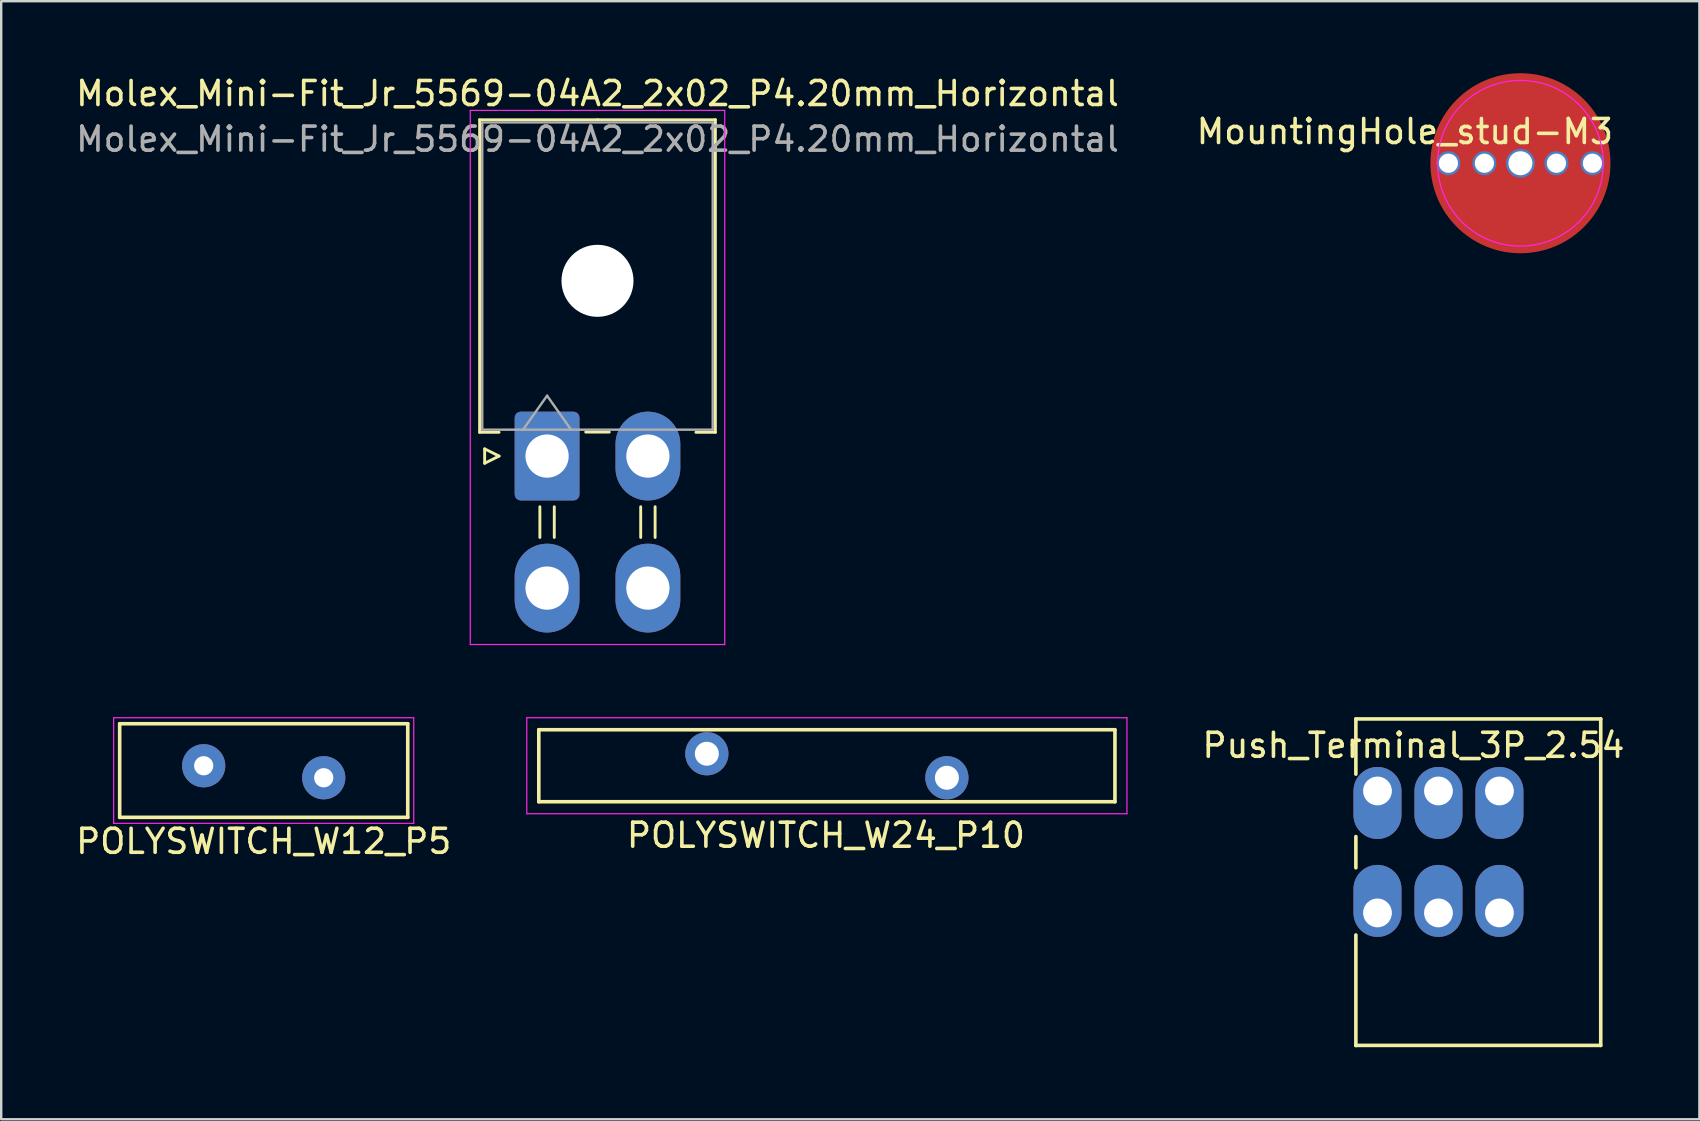
<source format=kicad_pcb>
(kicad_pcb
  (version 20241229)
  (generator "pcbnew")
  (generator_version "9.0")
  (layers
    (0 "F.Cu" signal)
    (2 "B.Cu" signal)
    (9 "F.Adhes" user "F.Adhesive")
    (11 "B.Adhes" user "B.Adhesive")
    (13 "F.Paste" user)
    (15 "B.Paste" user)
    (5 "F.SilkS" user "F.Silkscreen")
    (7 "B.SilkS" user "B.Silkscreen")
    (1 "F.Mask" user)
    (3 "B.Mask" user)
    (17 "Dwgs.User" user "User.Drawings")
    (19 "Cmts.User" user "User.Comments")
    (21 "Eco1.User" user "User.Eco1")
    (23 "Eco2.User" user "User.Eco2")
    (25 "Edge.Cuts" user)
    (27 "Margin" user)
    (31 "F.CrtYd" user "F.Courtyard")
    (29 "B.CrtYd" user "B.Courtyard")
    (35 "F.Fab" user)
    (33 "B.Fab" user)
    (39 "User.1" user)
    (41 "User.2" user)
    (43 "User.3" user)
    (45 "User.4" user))
  (footprint "Push_Terminal_3P_2.54"
    (layer "F.Cu")
    (at 54.33 29.898)
    (property "Reference" "Push_Terminal_3P_2.54" (at 1.5 -1.9 0) (layer "F.SilkS") (effects (font (size 1 1) (thickness 0.15))))
    (attr through_hole)
    (fp_line (start -0.9 -3) (end -0.9 -0.7) (stroke (width 0.15) (type solid)) (layer "F.SilkS"))
    (fp_line (start -0.9 -3) (end 9.3 -3) (stroke (width 0.15) (type solid)) (layer "F.SilkS"))
    (fp_line (start -0.9 1.9) (end -0.9 3.2) (stroke (width 0.15) (type solid)) (layer "F.SilkS"))
    (fp_line (start -0.9 6) (end -0.9 10.6) (stroke (width 0.15) (type solid)) (layer "F.SilkS"))
    (fp_line (start -0.9 10.6) (end -0.9 10.6) (stroke (width 0.15) (type solid)) (layer "F.SilkS"))
    (fp_line (start 9.3 -3) (end 9.3 10.6) (stroke (width 0.15) (type solid)) (layer "F.SilkS"))
    (fp_line (start 9.3 10.6) (end -0.9 10.6) (stroke (width 0.15) (type solid)) (layer "F.SilkS"))
    (pad "1" thru_hole oval (at 0 0) (size 2 3) (drill 1.2 (offset 0 0.5)) (layers "*.Cu" "*.Mask"))
    (pad "1" thru_hole oval (at 0 5.08 180) (size 2 3) (drill 1.2 (offset 0 0.5)) (layers "*.Cu" "*.Mask"))
    (pad "2" thru_hole oval (at 2.54 0) (size 2 3) (drill 1.2 (offset 0 0.5)) (layers "*.Cu" "*.Mask"))
    (pad "2" thru_hole oval (at 2.54 5.08 180) (size 2 3) (drill 1.2 (offset 0 0.5)) (layers "*.Cu" "*.Mask"))
    (pad "3" thru_hole oval (at 5.08 0) (size 2 3) (drill 1.2 (offset 0 0.5)) (layers "*.Cu" "*.Mask"))
    (pad "3" thru_hole oval (at 5.08 5.08 180) (size 2 3) (drill 1.2 (offset 0 0.5)) (layers "*.Cu" "*.Mask")))
  (footprint "MountingHole_stud-M3"
    (layer "F.Cu")
    (at 60.285 3.75)
    (property "Reference" "MountingHole_stud-M3" (at -4.815 -1.32 0) (layer "F.SilkS") (effects (font (size 1 1) (thickness 0.15))))
    (attr through_hole)
    (fp_circle (center 0 0) (end 3.45 0) (stroke (width 0.05) (type solid)) (fill no) (layer "F.CrtYd"))
    (pad "1" thru_hole circle (at -3 0 90) (size 1 1) (drill 0.8) (layers "*.Cu" "F.Mask"))
    (pad "1" thru_hole circle (at -1.5 0 90) (size 1 1) (drill 0.8) (layers "*.Cu" "F.Mask"))
    (pad "1" thru_hole circle (at 0 0 90) (size 1.2 1.2) (drill 1) (layers "*.Cu" "F.Mask"))
    (pad "1" smd circle (at 0 0) (size 7.5 7.5) (layers "F.Cu" "F.Mask" "F.Paste"))
    (pad "1" thru_hole circle (at 1.5 0 90) (size 1 1) (drill 0.8) (layers "*.Cu" "F.Mask"))
    (pad "1" thru_hole circle (at 3 0 90) (size 1 1) (drill 0.8) (layers "*.Cu" "F.Mask")))
  (footprint "POLYSWITCH_W12_P5"
    (layer "F.Cu")
    (at 5.435 28.848)
    (property "Reference" "POLYSWITCH_W12_P5" (at 2.5 3.15 0) (layer "F.SilkS") (effects (font (size 1 1) (thickness 0.15))))
    (attr through_hole)
    (fp_line (start -3.5 -1.75) (end -3.5 2.15) (stroke (width 0.15) (type solid)) (layer "F.SilkS"))
    (fp_line (start -3.5 -1.75) (end 8.5 -1.75) (stroke (width 0.15) (type solid)) (layer "F.SilkS"))
    (fp_line (start -3.5 2.15) (end 8.5 2.15) (stroke (width 0.15) (type solid)) (layer "F.SilkS"))
    (fp_line (start 8.5 -1.75) (end 8.5 2.15) (stroke (width 0.15) (type solid)) (layer "F.SilkS"))
    (fp_line (start -3.75 -2) (end -3.75 2.4) (stroke (width 0.05) (type solid)) (layer "F.CrtYd"))
    (fp_line (start -3.75 -2) (end 8.75 -2) (stroke (width 0.05) (type solid)) (layer "F.CrtYd"))
    (fp_line (start -3.75 2.4) (end 8.75 2.4) (stroke (width 0.05) (type solid)) (layer "F.CrtYd"))
    (fp_line (start 8.75 -2) (end 8.75 2.4) (stroke (width 0.05) (type solid)) (layer "F.CrtYd"))
    (pad "1" thru_hole circle (at 0 0) (size 1.8 1.8) (drill 0.8) (layers "*.Cu" "*.Mask"))
    (pad "2" thru_hole circle (at 5 0.5) (size 1.8 1.8) (drill 0.8) (layers "*.Cu" "*.Mask")))
  (footprint "POLYSWITCH_W24_P10"
    (layer "F.Cu")
    (at 31.394 28.848)
    (property "Reference" "POLYSWITCH_W24_P10" (at -0.04 2.896 0) (layer "F.SilkS") (effects (font (size 1 1) (thickness 0.15))))
    (attr through_hole)
    (fp_line (start -12 -1.5) (end -12 1.5) (stroke (width 0.15) (type solid)) (layer "F.SilkS"))
    (fp_line (start -12 -1.5) (end 12 -1.5) (stroke (width 0.15) (type solid)) (layer "F.SilkS"))
    (fp_line (start -12 1.5) (end 12 1.5) (stroke (width 0.15) (type solid)) (layer "F.SilkS"))
    (fp_line (start 12 -1.5) (end 12 1.5) (stroke (width 0.15) (type solid)) (layer "F.SilkS"))
    (fp_line (start -12.5 -2) (end -12.5 2) (stroke (width 0.05) (type solid)) (layer "F.CrtYd"))
    (fp_line (start -12.5 -2) (end 12.5 -2) (stroke (width 0.05) (type solid)) (layer "F.CrtYd"))
    (fp_line (start -12.5 2) (end 12.5 2) (stroke (width 0.05) (type solid)) (layer "F.CrtYd"))
    (fp_line (start 12.5 -2) (end 12.5 2) (stroke (width 0.05) (type solid)) (layer "F.CrtYd"))
    (pad "1" thru_hole circle (at -5 -0.5) (size 1.8 1.8) (drill 1) (layers "*.Cu" "*.Mask"))
    (pad "2" thru_hole circle (at 5 0.5) (size 1.8 1.8) (drill 1) (layers "*.Cu" "*.Mask")))
  (footprint "Molex_Mini-Fit_Jr_5569-04A2_2x02_P4.20mm_Horizontal"
    (layer "F.Cu")
    (at 19.739 15.948)
    (property "Reference" "Molex_Mini-Fit_Jr_5569-04A2_2x02_P4.20mm_Horizontal" (at 2.1 -15.1 0) (layer "F.SilkS") (effects (font (size 1 1) (thickness 0.15))))
    (attr through_hole)
    (fp_line (start -2.81 -14.01) (end 2.1 -14.01) (stroke (width 0.12) (type solid)) (layer "F.SilkS"))
    (fp_line (start -2.81 -0.99) (end -2.81 -14.01) (stroke (width 0.12) (type solid)) (layer "F.SilkS"))
    (fp_line (start -2.6 -0.3) (end -2 0) (stroke (width 0.12) (type solid)) (layer "F.SilkS"))
    (fp_line (start -2.6 0.3) (end -2.6 -0.3) (stroke (width 0.12) (type solid)) (layer "F.SilkS"))
    (fp_line (start -2 -0.99) (end -2.81 -0.99) (stroke (width 0.12) (type solid)) (layer "F.SilkS"))
    (fp_line (start -2 0) (end -2.6 0.3) (stroke (width 0.12) (type solid)) (layer "F.SilkS"))
    (fp_line (start -0.3 2.11) (end -0.3 3.39) (stroke (width 0.12) (type solid)) (layer "F.SilkS"))
    (fp_line (start 0.3 2.11) (end 0.3 3.39) (stroke (width 0.12) (type solid)) (layer "F.SilkS"))
    (fp_line (start 1.61 -1) (end 2.59 -1) (stroke (width 0.12) (type solid)) (layer "F.SilkS"))
    (fp_line (start 3.9 2.11) (end 3.9 3.39) (stroke (width 0.12) (type solid)) (layer "F.SilkS"))
    (fp_line (start 4.5 2.11) (end 4.5 3.39) (stroke (width 0.12) (type solid)) (layer "F.SilkS"))
    (fp_line (start 6.2 -0.99) (end 7.01 -0.99) (stroke (width 0.12) (type solid)) (layer "F.SilkS"))
    (fp_line (start 7.01 -14.01) (end 2.1 -14.01) (stroke (width 0.12) (type solid)) (layer "F.SilkS"))
    (fp_line (start 7.01 -0.99) (end 7.01 -14.01) (stroke (width 0.12) (type solid)) (layer "F.SilkS"))
    (fp_line (start -3.2 -14.4) (end -3.2 7.85) (stroke (width 0.05) (type solid)) (layer "F.CrtYd"))
    (fp_line (start -3.2 7.85) (end 7.4 7.85) (stroke (width 0.05) (type solid)) (layer "F.CrtYd"))
    (fp_line (start 7.4 -14.4) (end -3.2 -14.4) (stroke (width 0.05) (type solid)) (layer "F.CrtYd"))
    (fp_line (start 7.4 7.85) (end 7.4 -14.4) (stroke (width 0.05) (type solid)) (layer "F.CrtYd"))
    (fp_line (start -2.7 -13.9) (end -2.7 -1.1) (stroke (width 0.1) (type solid)) (layer "F.Fab"))
    (fp_line (start -2.7 -1.1) (end 6.9 -1.1) (stroke (width 0.1) (type solid)) (layer "F.Fab"))
    (fp_line (start -1 -1.1) (end 0 -2.514) (stroke (width 0.1) (type solid)) (layer "F.Fab"))
    (fp_line (start 0 -2.514) (end 1 -1.1) (stroke (width 0.1) (type solid)) (layer "F.Fab"))
    (fp_line (start 6.9 -13.9) (end -2.7 -13.9) (stroke (width 0.1) (type solid)) (layer "F.Fab"))
    (fp_line (start 6.9 -1.1) (end 6.9 -13.9) (stroke (width 0.1) (type solid)) (layer "F.Fab"))
    (fp_text user "${REFERENCE}" (at 2.1 -13.2 0) (layer "F.Fab") (effects (font (size 1 1) (thickness 0.15))))
    (pad "" np_thru_hole circle (at 2.1 -7.3) (size 3 3) (drill 3) (layers "*.Cu" "*.Mask"))
    (pad "1" thru_hole roundrect (at 0 0) (size 2.7 3.7) (drill 1.8) (layers "*.Cu" "*.Mask") (roundrect_rratio 0.093))
    (pad "2" thru_hole oval (at 4.2 0) (size 2.7 3.7) (drill 1.8) (layers "*.Cu" "*.Mask"))
    (pad "3" thru_hole oval (at 0 5.5) (size 2.7 3.7) (drill 1.8) (layers "*.Cu" "*.Mask"))
    (pad "4" thru_hole oval (at 4.2 5.5) (size 2.7 3.7) (drill 1.8) (layers "*.Cu" "*.Mask")))
  (gr_rect
    (start -3 -3)
    (end 67.74 43.573)
    (stroke (width 0.1) (type default))
    (fill no)
    (layer "Edge.Cuts")))
</source>
